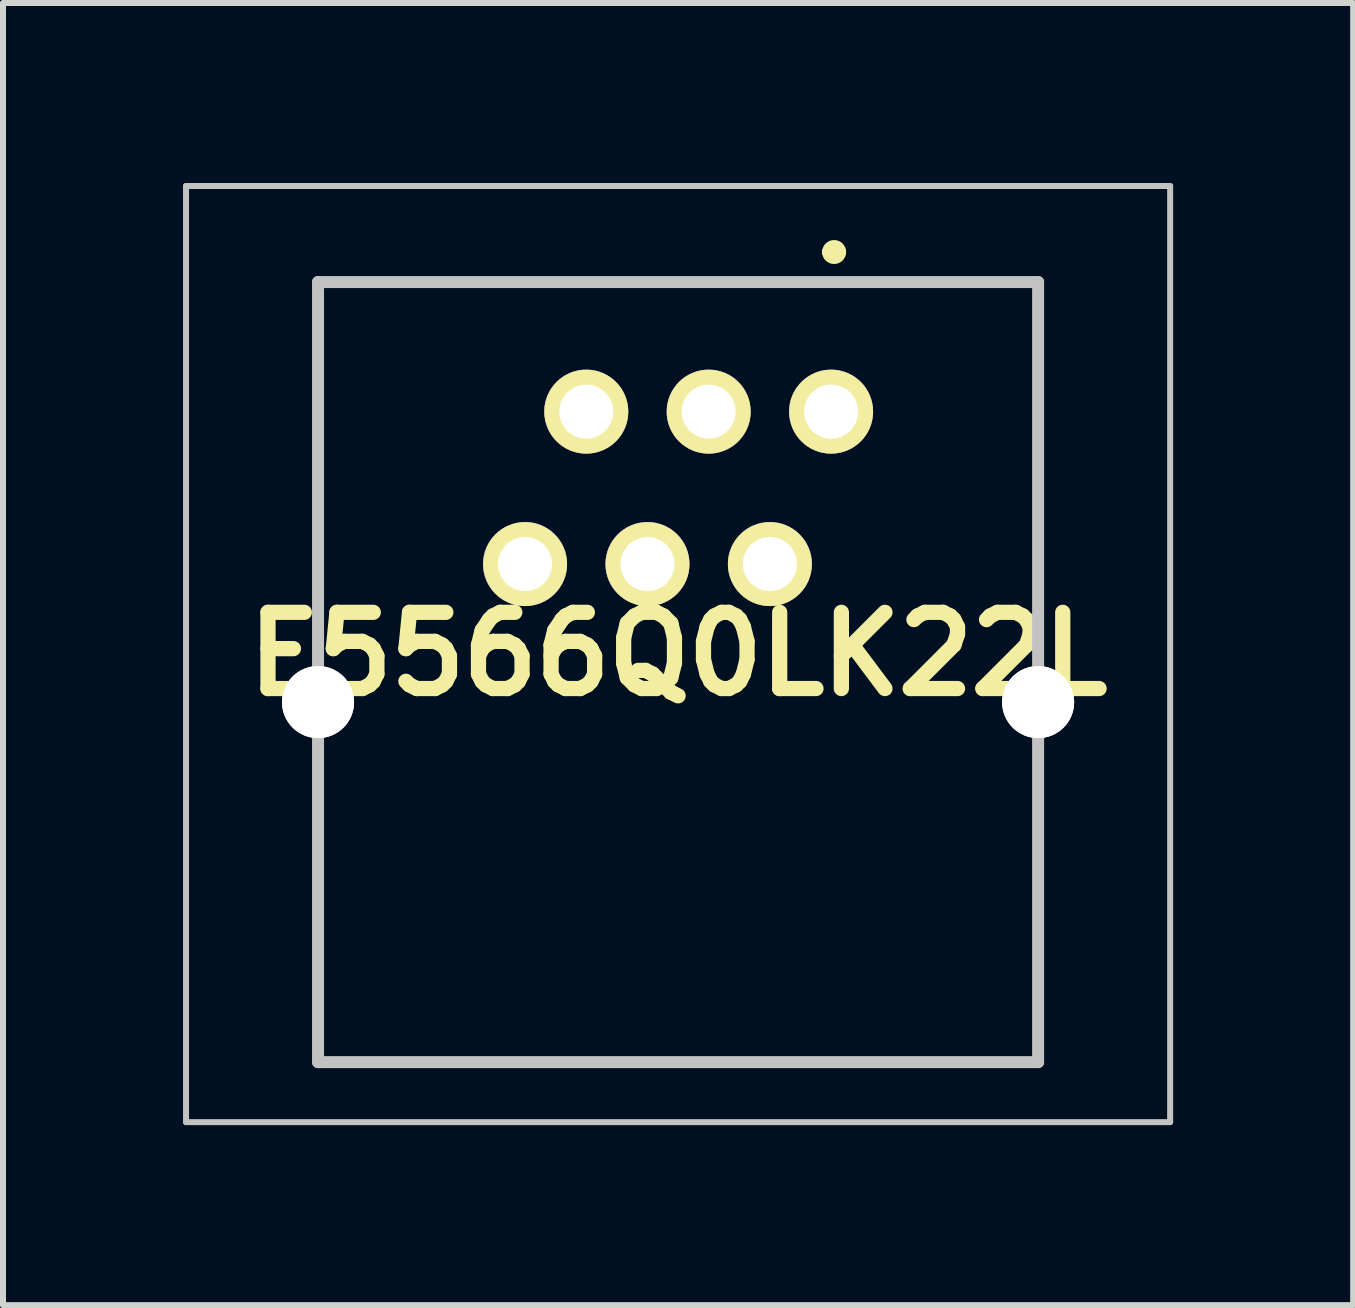
<source format=kicad_pcb>
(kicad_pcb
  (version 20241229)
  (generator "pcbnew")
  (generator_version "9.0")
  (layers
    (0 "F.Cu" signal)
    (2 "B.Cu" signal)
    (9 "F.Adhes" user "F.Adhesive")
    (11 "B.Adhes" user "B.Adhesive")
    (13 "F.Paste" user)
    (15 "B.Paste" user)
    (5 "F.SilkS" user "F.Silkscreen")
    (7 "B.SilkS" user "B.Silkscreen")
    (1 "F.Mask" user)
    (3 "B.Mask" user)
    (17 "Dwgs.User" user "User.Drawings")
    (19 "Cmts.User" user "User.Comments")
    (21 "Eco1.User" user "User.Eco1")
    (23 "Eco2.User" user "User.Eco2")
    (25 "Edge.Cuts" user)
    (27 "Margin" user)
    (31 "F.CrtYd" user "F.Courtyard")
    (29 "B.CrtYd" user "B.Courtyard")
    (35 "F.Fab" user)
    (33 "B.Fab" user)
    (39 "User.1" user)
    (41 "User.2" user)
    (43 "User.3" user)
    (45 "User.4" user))
  (footprint "E5566Q0LK22L"
    (layer "F.Cu")
    (at 8.25 7.85)
    (property "Reference" "E5566Q0LK22L" (at 0 0 0) (layer "F.SilkS") (effects (font (size 1.27 1.27) (thickness 0.254))))
    (attr through_hole)
    (fp_line (start -6 -6.2) (end 6 -6.2) (stroke (width 0.1) (type solid)) (layer "F.SilkS"))
    (fp_line (start -6 -1.2) (end -6 -6.2) (stroke (width 0.1) (type solid)) (layer "F.SilkS"))
    (fp_line (start -6 2.8) (end -6 6.8) (stroke (width 0.1) (type solid)) (layer "F.SilkS"))
    (fp_line (start -6 6.8) (end 6 6.8) (stroke (width 0.1) (type solid)) (layer "F.SilkS"))
    (fp_line (start 2.5 -6.7) (end 2.5 -6.7) (stroke (width 0.2) (type solid)) (layer "F.SilkS"))
    (fp_line (start 2.7 -6.7) (end 2.7 -6.7) (stroke (width 0.2) (type solid)) (layer "F.SilkS"))
    (fp_line (start 6 -6.2) (end 6 -1.2) (stroke (width 0.1) (type solid)) (layer "F.SilkS"))
    (fp_line (start 6 6.8) (end 6 2.8) (stroke (width 0.1) (type solid)) (layer "F.SilkS"))
    (fp_arc (start 2.5 -6.7) (mid 2.6 -6.8) (end 2.7 -6.7) (stroke (width 0.2) (type solid)) (layer "F.SilkS"))
    (fp_arc (start 2.7 -6.7) (mid 2.6 -6.6) (end 2.5 -6.7) (stroke (width 0.2) (type solid)) (layer "F.SilkS"))
    (fp_line (start -8.2 -7.8) (end 8.2 -7.8) (stroke (width 0.1) (type solid)) (layer "Dwgs.User"))
    (fp_line (start -8.2 7.8) (end -8.2 -7.8) (stroke (width 0.1) (type solid)) (layer "Dwgs.User"))
    (fp_line (start -6 -6.2) (end 6 -6.2) (stroke (width 0.2) (type solid)) (layer "Dwgs.User"))
    (fp_line (start -6 6.8) (end -6 -6.2) (stroke (width 0.2) (type solid)) (layer "Dwgs.User"))
    (fp_line (start 6 -6.2) (end 6 6.8) (stroke (width 0.2) (type solid)) (layer "Dwgs.User"))
    (fp_line (start 6 6.8) (end -6 6.8) (stroke (width 0.2) (type solid)) (layer "Dwgs.User"))
    (fp_line (start 8.2 -7.8) (end 8.2 7.8) (stroke (width 0.1) (type solid)) (layer "Dwgs.User"))
    (fp_line (start 8.2 7.8) (end -8.2 7.8) (stroke (width 0.1) (type solid)) (layer "Dwgs.User"))
    (pad "1" thru_hole circle (at 2.55 -4.04 90) (size 1.4 1.4) (drill 0.9) (layers "*.Cu" "*.Mask" "F.SilkS"))
    (pad "2" thru_hole circle (at 1.53 -1.5 90) (size 1.4 1.4) (drill 0.9) (layers "*.Cu" "*.Mask" "F.SilkS"))
    (pad "3" thru_hole circle (at 0.51 -4.04 90) (size 1.4 1.4) (drill 0.9) (layers "*.Cu" "*.Mask" "F.SilkS"))
    (pad "4" thru_hole circle (at -0.51 -1.5 90) (size 1.4 1.4) (drill 0.9) (layers "*.Cu" "*.Mask" "F.SilkS"))
    (pad "5" thru_hole circle (at -1.53 -4.04 90) (size 1.4 1.4) (drill 0.9) (layers "*.Cu" "*.Mask" "F.SilkS"))
    (pad "6" thru_hole circle (at -2.55 -1.5 90) (size 1.4 1.4) (drill 0.9) (layers "*.Cu" "*.Mask" "F.SilkS"))
    (pad "7" thru_hole circle (at -6 0.8 90) (size 1.2 1.2) (drill 2.4) (layers "*.Cu" "*.Mask" "F.SilkS"))
    (pad "8" thru_hole circle (at 6 0.8 90) (size 1.2 1.2) (drill 2.4) (layers "*.Cu" "*.Mask" "F.SilkS")))
  (gr_rect
    (start -3 -3)
    (end 19.5 18.7)
    (stroke (width 0.1) (type default))
    (fill no)
    (layer "Edge.Cuts")))
</source>
